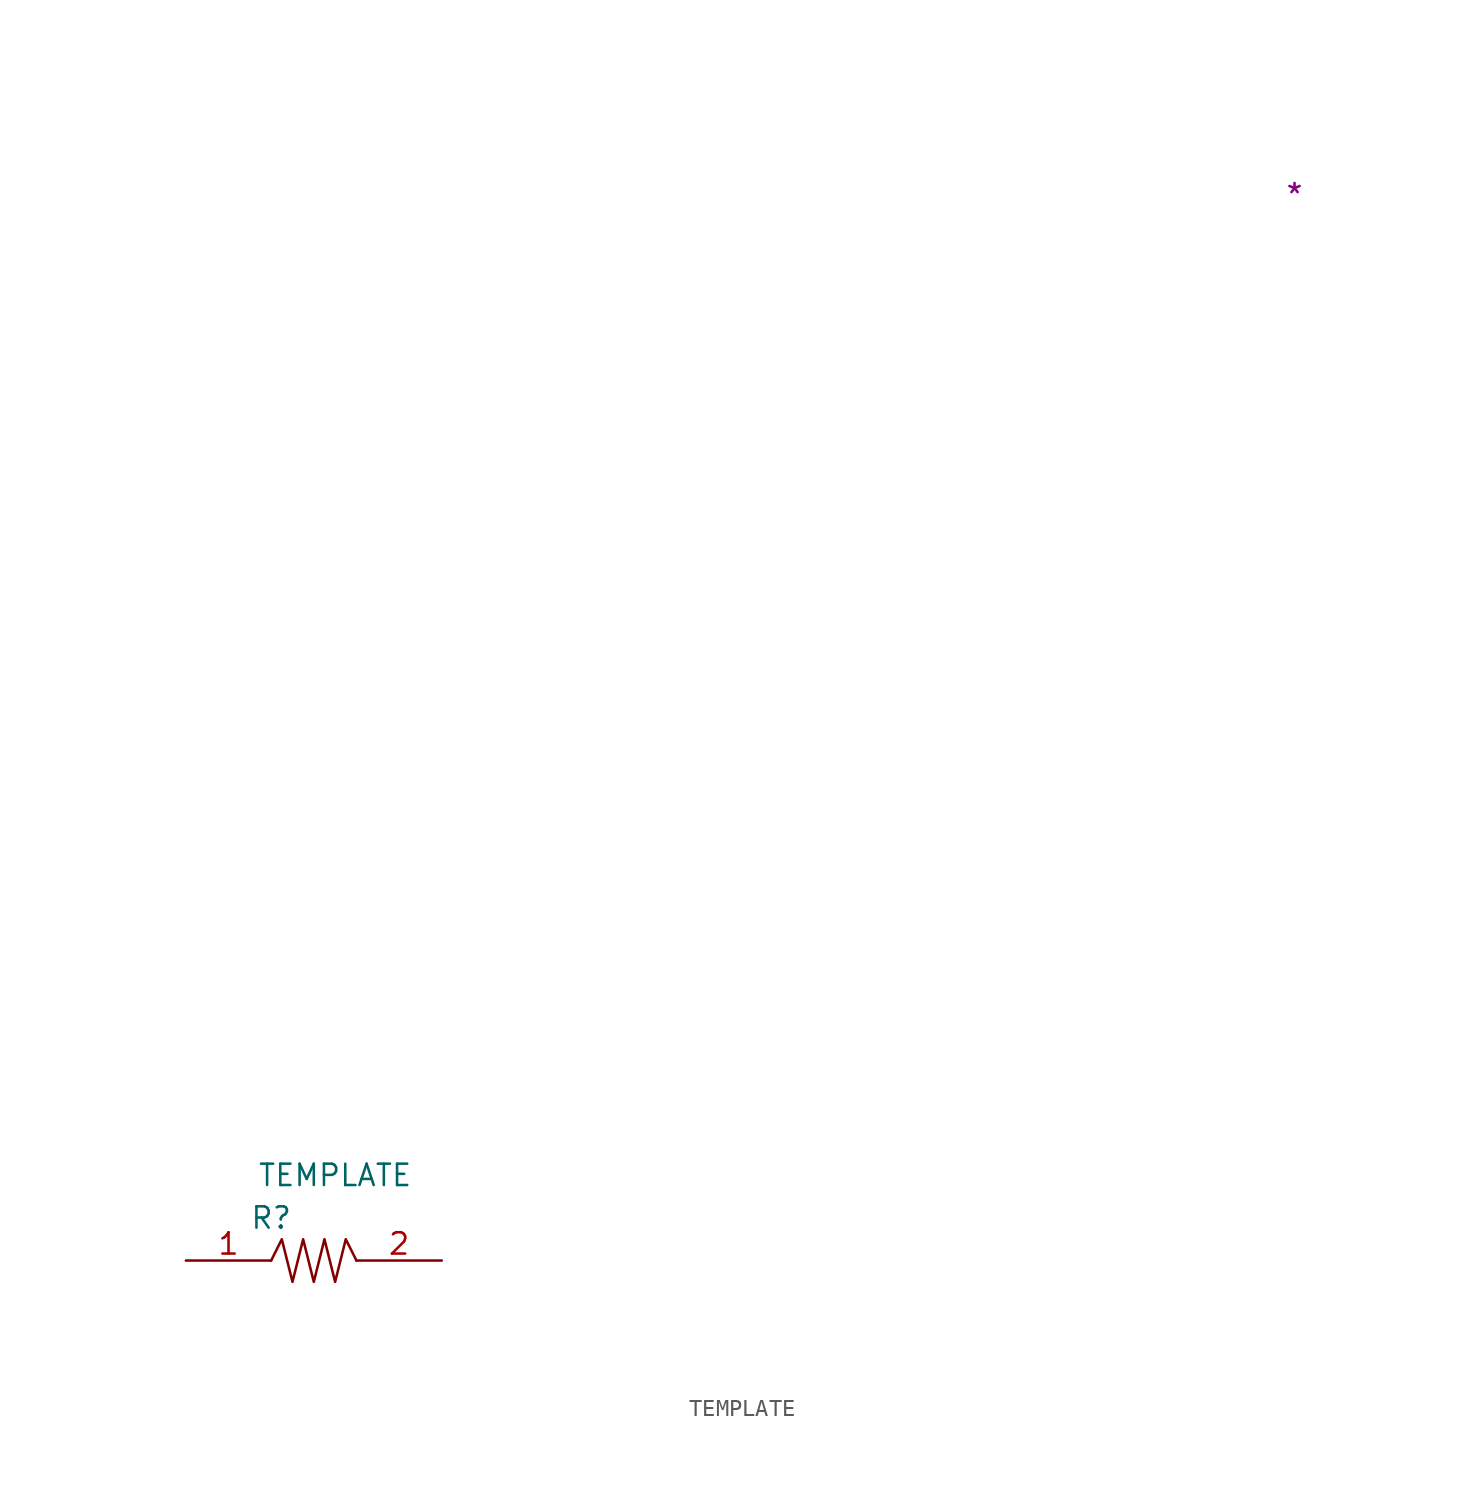
<source format=kicad_sym>
(kicad_symbol_lib
  (version 20241209)
  (generator "kicad_symbol_editor")
  (generator_version "9.0")
  (symbol "TEMPLATE"
    (pin_names
      (offset 1.016))
    (property "Reference" "R"
      (at -2.54 2.54 0)
      (effects (font (size 1.27 1.27))))
    (property "Value" "TEMPLATE"
      (at 1.27 5.08 0)
      (effects (font (size 1.27 1.27))))
    (property "_Value_" "*"
      (at 58.42 63.5 0)
      (effects (font (size 1.27 1.27))))
    (symbol "TEMPLATE_1_1"
      (polyline (pts (xy -2.54 0) (xy -1.905 1.27) (xy -1.27 -1.27) (xy -0.635 1.27) (xy 0 -1.27) (xy 0.635 1.27) (xy 1.27 -1.27) (xy 1.905 1.27) (xy 2.54 0)) (stroke (width 0) (type solid)) (fill (type none)))
      (pin passive line (at -7.62 0 0) (length 5.08) (name "~" (effects (font (size 1.27 1.27)))) (number "1" (effects (font (size 1.27 1.27)))))
      (pin passive line (at 7.62 0 180) (length 5.08) (name "~" (effects (font (size 1.27 1.27)))) (number "2" (effects (font (size 1.27 1.27))))))))
</source>
